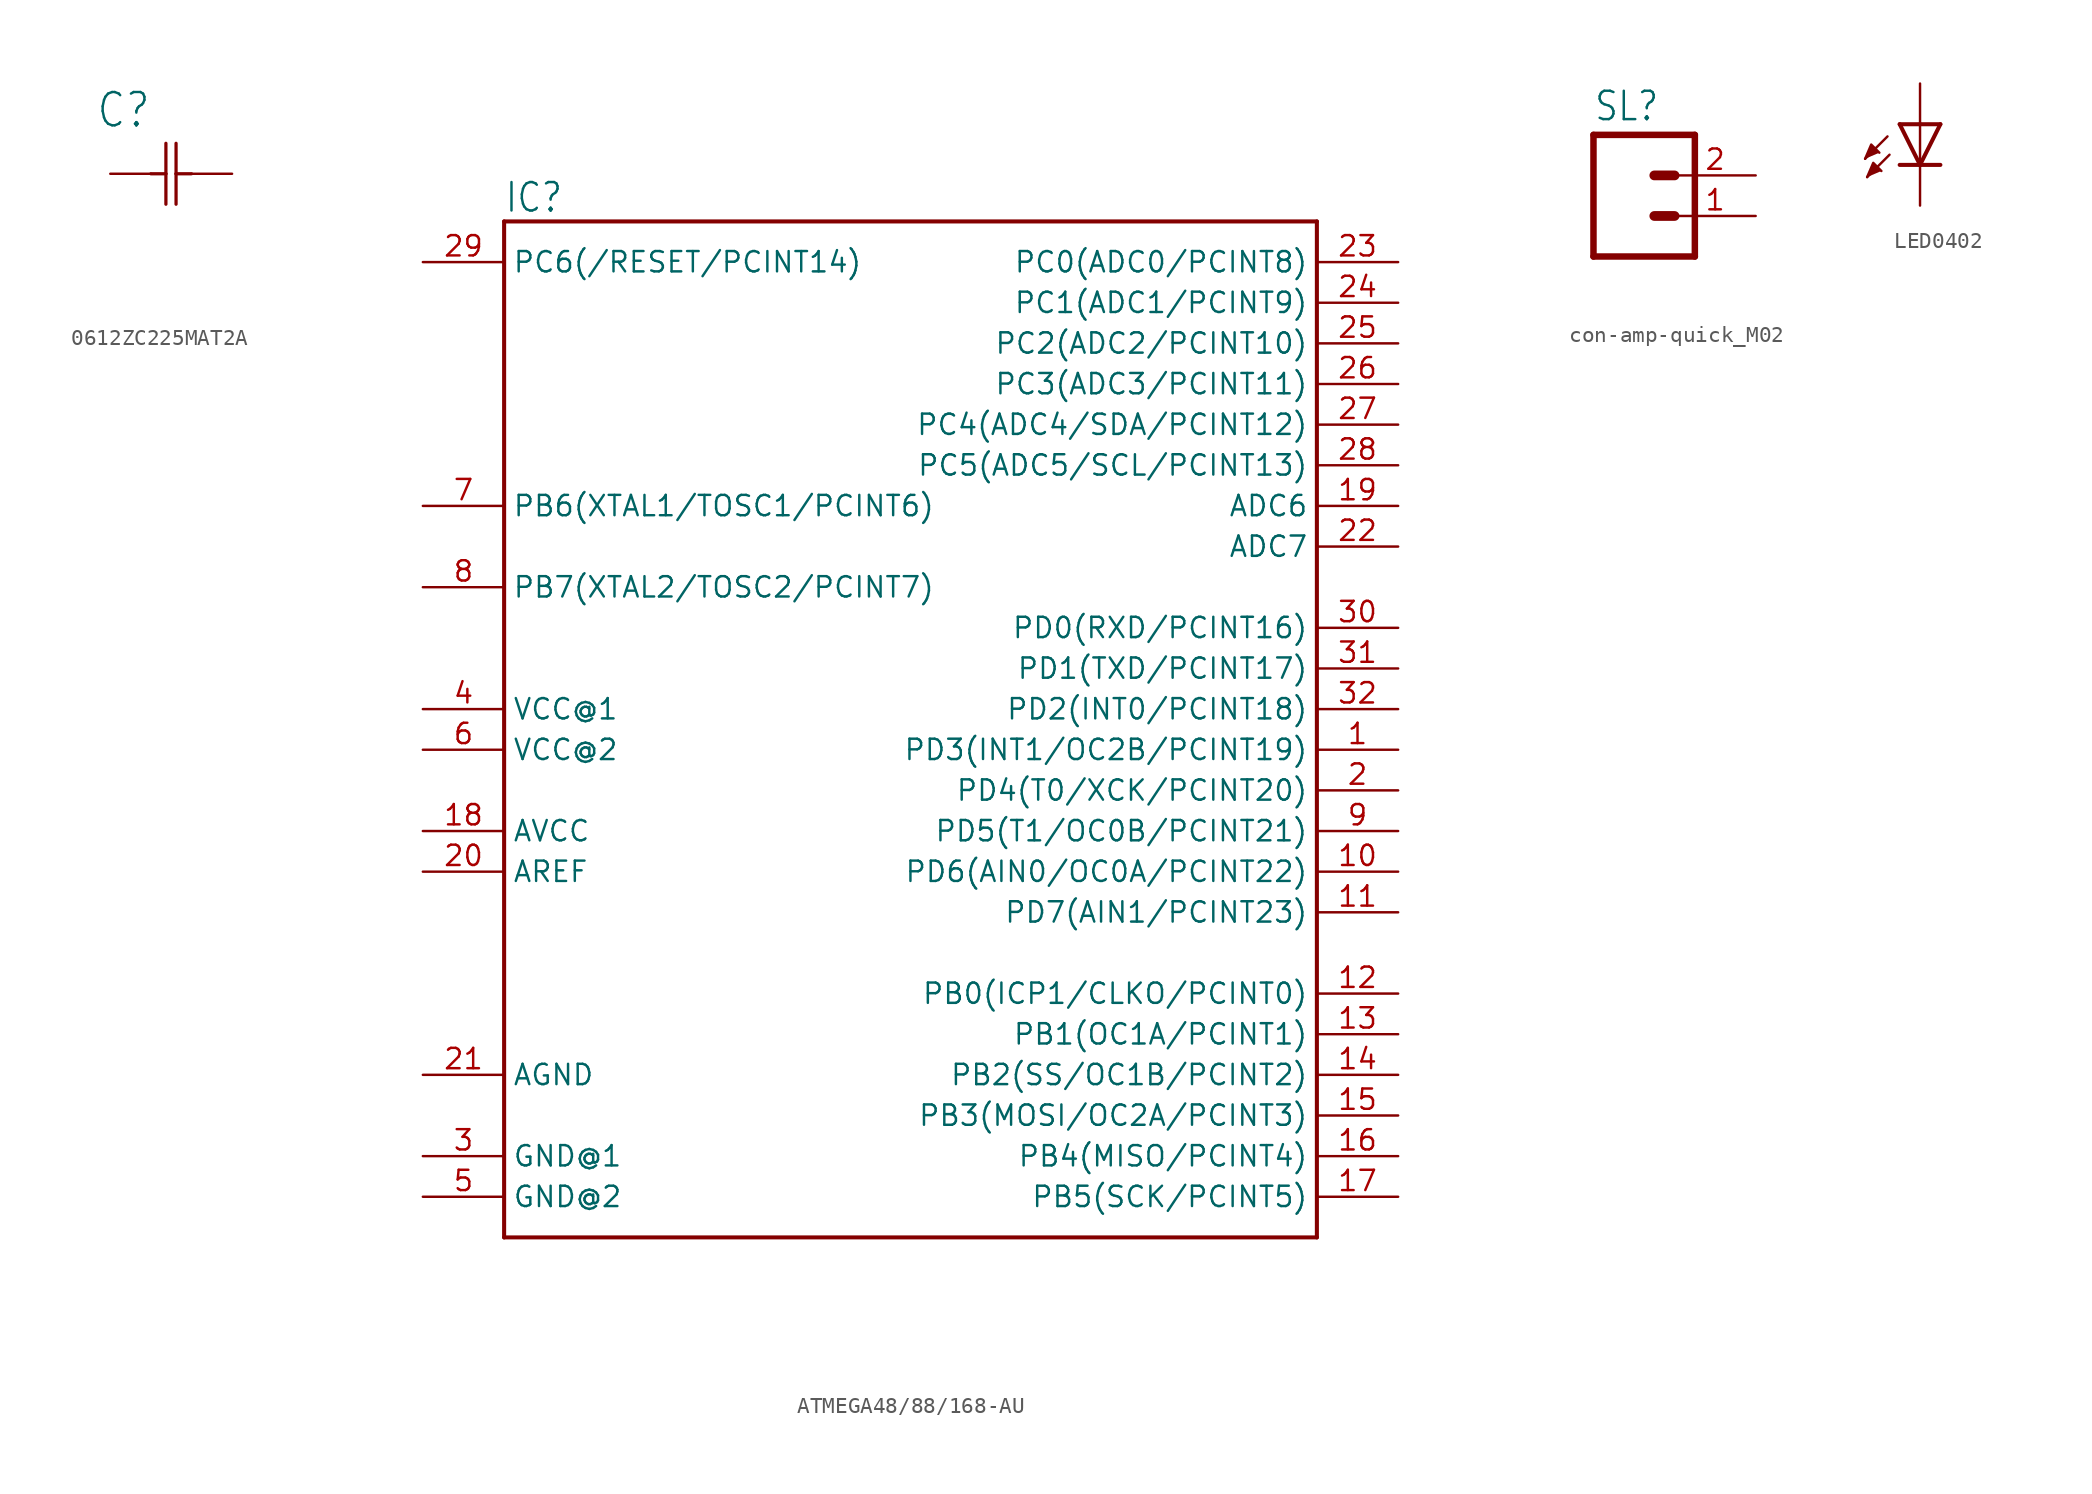
<source format=kicad_sym>
(kicad_symbol_lib
  (version 20220914)
  (generator kicad_symbol_editor)
  (symbol "0612ZC225MAT2A"
    (property "Reference" "C"
      (at -0.914 2.769 0)
      (effects (font (size 2.083 1.77)) (justify left bottom)))
    (property "Value" ""
      (at -1.905 -7.823 0)
      (effects (font (size 2.083 1.77)) (justify left bottom)))
    (property "ki_locked" ""
      (at 0 0 0)
      (effects (font (size 1.27 1.27))))
    (symbol "0612ZC225MAT2A_1_0"
      (polyline (pts (xy 2.54 0) (xy 3.48 0)) (stroke (width 0.203) (type solid)) (fill (type none)))
      (polyline (pts (xy 3.48 -1.905) (xy 3.48 0)) (stroke (width 0.203) (type solid)) (fill (type none)))
      (polyline (pts (xy 3.48 0) (xy 3.48 1.905)) (stroke (width 0.203) (type solid)) (fill (type none)))
      (polyline (pts (xy 4.115 -1.905) (xy 4.115 0)) (stroke (width 0.203) (type solid)) (fill (type none)))
      (polyline (pts (xy 4.115 0) (xy 4.115 1.905)) (stroke (width 0.203) (type solid)) (fill (type none)))
      (polyline (pts (xy 4.115 0) (xy 5.08 0)) (stroke (width 0.203) (type solid)) (fill (type none)))
      (pin passive line (at 0 0 0) (length 2.54) (name "C1" (effects (font (size 0 0)))) (number "1" (effects (font (size 0 0)))))
      (pin passive line (at 7.62 0 180) (length 2.54) (name "C2" (effects (font (size 0 0)))) (number "2" (effects (font (size 0 0)))))))
  (symbol "ATMEGA48/88/168-AU"
    (property "Reference" "IC"
      (at -25.4 33.02 0)
      (effects (font (size 1.778 1.511)) (justify left top)))
    (property "Value" ""
      (at -25.4 -35.56 0)
      (effects (font (size 1.778 1.511)) (justify left bottom)))
    (property "ki_locked" ""
      (at 0 0 0)
      (effects (font (size 1.27 1.27))))
    (symbol "ATMEGA48/88/168-AU_1_0"
      (polyline (pts (xy -25.4 -33.02) (xy -25.4 30.48)) (stroke (width 0.254) (type solid)) (fill (type none)))
      (polyline (pts (xy -25.4 30.48) (xy 25.4 30.48)) (stroke (width 0.254) (type solid)) (fill (type none)))
      (polyline (pts (xy 25.4 -33.02) (xy -25.4 -33.02)) (stroke (width 0.254) (type solid)) (fill (type none)))
      (polyline (pts (xy 25.4 30.48) (xy 25.4 -33.02)) (stroke (width 0.254) (type solid)) (fill (type none)))
      (pin bidirectional line (at 30.48 -2.54 180) (length 5.08) (name "PD3(INT1/OC2B/PCINT19)" (effects (font (size 1.27 1.27)))) (number "1" (effects (font (size 1.27 1.27)))))
      (pin bidirectional line (at 30.48 -10.16 180) (length 5.08) (name "PD6(AIN0/OC0A/PCINT22)" (effects (font (size 1.27 1.27)))) (number "10" (effects (font (size 1.27 1.27)))))
      (pin bidirectional line (at 30.48 -12.7 180) (length 5.08) (name "PD7(AIN1/PCINT23)" (effects (font (size 1.27 1.27)))) (number "11" (effects (font (size 1.27 1.27)))))
      (pin bidirectional line (at 30.48 -17.78 180) (length 5.08) (name "PB0(ICP1/CLKO/PCINT0)" (effects (font (size 1.27 1.27)))) (number "12" (effects (font (size 1.27 1.27)))))
      (pin bidirectional line (at 30.48 -20.32 180) (length 5.08) (name "PB1(OC1A/PCINT1)" (effects (font (size 1.27 1.27)))) (number "13" (effects (font (size 1.27 1.27)))))
      (pin bidirectional line (at 30.48 -22.86 180) (length 5.08) (name "PB2(SS/OC1B/PCINT2)" (effects (font (size 1.27 1.27)))) (number "14" (effects (font (size 1.27 1.27)))))
      (pin bidirectional line (at 30.48 -25.4 180) (length 5.08) (name "PB3(MOSI/OC2A/PCINT3)" (effects (font (size 1.27 1.27)))) (number "15" (effects (font (size 1.27 1.27)))))
      (pin bidirectional line (at 30.48 -27.94 180) (length 5.08) (name "PB4(MISO/PCINT4)" (effects (font (size 1.27 1.27)))) (number "16" (effects (font (size 1.27 1.27)))))
      (pin bidirectional line (at 30.48 -30.48 180) (length 5.08) (name "PB5(SCK/PCINT5)" (effects (font (size 1.27 1.27)))) (number "17" (effects (font (size 1.27 1.27)))))
      (pin passive line (at -30.48 -7.62 0) (length 5.08) (name "AVCC" (effects (font (size 1.27 1.27)))) (number "18" (effects (font (size 1.27 1.27)))))
      (pin passive line (at 30.48 12.7 180) (length 5.08) (name "ADC6" (effects (font (size 1.27 1.27)))) (number "19" (effects (font (size 1.27 1.27)))))
      (pin bidirectional line (at 30.48 -5.08 180) (length 5.08) (name "PD4(T0/XCK/PCINT20)" (effects (font (size 1.27 1.27)))) (number "2" (effects (font (size 1.27 1.27)))))
      (pin passive line (at -30.48 -10.16 0) (length 5.08) (name "AREF" (effects (font (size 1.27 1.27)))) (number "20" (effects (font (size 1.27 1.27)))))
      (pin power_in line (at -30.48 -22.86 0) (length 5.08) (name "AGND" (effects (font (size 1.27 1.27)))) (number "21" (effects (font (size 1.27 1.27)))))
      (pin passive line (at 30.48 10.16 180) (length 5.08) (name "ADC7" (effects (font (size 1.27 1.27)))) (number "22" (effects (font (size 1.27 1.27)))))
      (pin bidirectional line (at 30.48 27.94 180) (length 5.08) (name "PC0(ADC0/PCINT8)" (effects (font (size 1.27 1.27)))) (number "23" (effects (font (size 1.27 1.27)))))
      (pin bidirectional line (at 30.48 25.4 180) (length 5.08) (name "PC1(ADC1/PCINT9)" (effects (font (size 1.27 1.27)))) (number "24" (effects (font (size 1.27 1.27)))))
      (pin bidirectional line (at 30.48 22.86 180) (length 5.08) (name "PC2(ADC2/PCINT10)" (effects (font (size 1.27 1.27)))) (number "25" (effects (font (size 1.27 1.27)))))
      (pin bidirectional line (at 30.48 20.32 180) (length 5.08) (name "PC3(ADC3/PCINT11)" (effects (font (size 1.27 1.27)))) (number "26" (effects (font (size 1.27 1.27)))))
      (pin bidirectional line (at 30.48 17.78 180) (length 5.08) (name "PC4(ADC4/SDA/PCINT12)" (effects (font (size 1.27 1.27)))) (number "27" (effects (font (size 1.27 1.27)))))
      (pin bidirectional line (at 30.48 15.24 180) (length 5.08) (name "PC5(ADC5/SCL/PCINT13)" (effects (font (size 1.27 1.27)))) (number "28" (effects (font (size 1.27 1.27)))))
      (pin bidirectional line (at -30.48 27.94 0) (length 5.08) (name "PC6(/RESET/PCINT14)" (effects (font (size 1.27 1.27)))) (number "29" (effects (font (size 1.27 1.27)))))
      (pin power_in line (at -30.48 -27.94 0) (length 5.08) (name "GND@1" (effects (font (size 1.27 1.27)))) (number "3" (effects (font (size 1.27 1.27)))))
      (pin bidirectional line (at 30.48 5.08 180) (length 5.08) (name "PD0(RXD/PCINT16)" (effects (font (size 1.27 1.27)))) (number "30" (effects (font (size 1.27 1.27)))))
      (pin bidirectional line (at 30.48 2.54 180) (length 5.08) (name "PD1(TXD/PCINT17)" (effects (font (size 1.27 1.27)))) (number "31" (effects (font (size 1.27 1.27)))))
      (pin bidirectional line (at 30.48 0 180) (length 5.08) (name "PD2(INT0/PCINT18)" (effects (font (size 1.27 1.27)))) (number "32" (effects (font (size 1.27 1.27)))))
      (pin power_in line (at -30.48 0 0) (length 5.08) (name "VCC@1" (effects (font (size 1.27 1.27)))) (number "4" (effects (font (size 1.27 1.27)))))
      (pin power_in line (at -30.48 -30.48 0) (length 5.08) (name "GND@2" (effects (font (size 1.27 1.27)))) (number "5" (effects (font (size 1.27 1.27)))))
      (pin power_in line (at -30.48 -2.54 0) (length 5.08) (name "VCC@2" (effects (font (size 1.27 1.27)))) (number "6" (effects (font (size 1.27 1.27)))))
      (pin bidirectional line (at -30.48 12.7 0) (length 5.08) (name "PB6(XTAL1/TOSC1/PCINT6)" (effects (font (size 1.27 1.27)))) (number "7" (effects (font (size 1.27 1.27)))))
      (pin bidirectional line (at -30.48 7.62 0) (length 5.08) (name "PB7(XTAL2/TOSC2/PCINT7)" (effects (font (size 1.27 1.27)))) (number "8" (effects (font (size 1.27 1.27)))))
      (pin bidirectional line (at 30.48 -7.62 180) (length 5.08) (name "PD5(T1/OC0B/PCINT21)" (effects (font (size 1.27 1.27)))) (number "9" (effects (font (size 1.27 1.27)))))))
  (symbol "con-amp-quick_M02"
    (property "Reference" "SL"
      (at -2.54 5.842 0)
      (effects (font (size 1.778 1.511)) (justify left bottom)))
    (property "Value" ""
      (at -2.54 -5.08 0)
      (effects (font (size 1.778 1.511)) (justify left bottom)))
    (property "ki_locked" ""
      (at 0 0 0)
      (effects (font (size 1.27 1.27))))
    (symbol "con-amp-quick_M02_1_0"
      (polyline (pts (xy -2.54 5.08) (xy -2.54 -2.54)) (stroke (width 0.406) (type solid)) (fill (type none)))
      (polyline (pts (xy -2.54 5.08) (xy 3.81 5.08)) (stroke (width 0.406) (type solid)) (fill (type none)))
      (polyline (pts (xy 1.27 0) (xy 2.54 0)) (stroke (width 0.61) (type solid)) (fill (type none)))
      (polyline (pts (xy 1.27 2.54) (xy 2.54 2.54)) (stroke (width 0.61) (type solid)) (fill (type none)))
      (polyline (pts (xy 3.81 -2.54) (xy -2.54 -2.54)) (stroke (width 0.406) (type solid)) (fill (type none)))
      (polyline (pts (xy 3.81 -2.54) (xy 3.81 5.08)) (stroke (width 0.406) (type solid)) (fill (type none)))
      (pin passive line (at 7.62 0 180) (length 5.08) (name "1" (effects (font (size 0 0)))) (number "1" (effects (font (size 1.27 1.27)))))
      (pin passive line (at 7.62 2.54 180) (length 5.08) (name "2" (effects (font (size 0 0)))) (number "2" (effects (font (size 1.27 1.27)))))))
  (symbol "LED0402"
    (property "Reference" ""
      (at 3.556 -2.032 90)
      (effects (font (size 1.778 1.511)) (justify left bottom) hide))
    (property "Value" ""
      (at 5.715 -2.032 90)
      (effects (font (size 1.778 1.511)) (justify left bottom)))
    (property "ki_locked" ""
      (at 0 0 0)
      (effects (font (size 1.27 1.27))))
    (symbol "LED0402_1_0"
      (polyline (pts (xy -2.032 1.778) (xy -3.429 0.381)) (stroke (width 0.152) (type solid)) (fill (type none)))
      (polyline (pts (xy -1.905 0.635) (xy -3.302 -0.762)) (stroke (width 0.152) (type solid)) (fill (type none)))
      (polyline (pts (xy 0 0) (xy -1.27 0)) (stroke (width 0.254) (type solid)) (fill (type none)))
      (polyline (pts (xy 0 0) (xy -1.27 2.54)) (stroke (width 0.254) (type solid)) (fill (type none)))
      (polyline (pts (xy 0 2.54) (xy -1.27 2.54)) (stroke (width 0.254) (type solid)) (fill (type none)))
      (polyline (pts (xy 0 2.54) (xy 0 0)) (stroke (width 0.152) (type solid)) (fill (type none)))
      (polyline (pts (xy 1.27 0) (xy 0 0)) (stroke (width 0.254) (type solid)) (fill (type none)))
      (polyline (pts (xy 1.27 2.54) (xy 0 0)) (stroke (width 0.254) (type solid)) (fill (type none)))
      (polyline (pts (xy 1.27 2.54) (xy 0 2.54)) (stroke (width 0.254) (type solid)) (fill (type none)))
      (polyline (pts (xy -3.429 0.381) (xy -3.048 1.27) (xy -2.54 0.762)) (stroke (width 0.152) (type solid)) (fill (type outline)))
      (polyline (pts (xy -3.302 -0.762) (xy -2.921 0.127) (xy -2.413 -0.381)) (stroke (width 0.152) (type solid)) (fill (type outline)))
      (pin passive line (at 0 5.08 270) (length 2.54) (name "A" (effects (font (size 0 0)))) (number "1" (effects (font (size 0 0)))))
      (pin passive line (at 0 -2.54 90) (length 2.54) (name "C" (effects (font (size 0 0)))) (number "2" (effects (font (size 0 0))))))))
</source>
